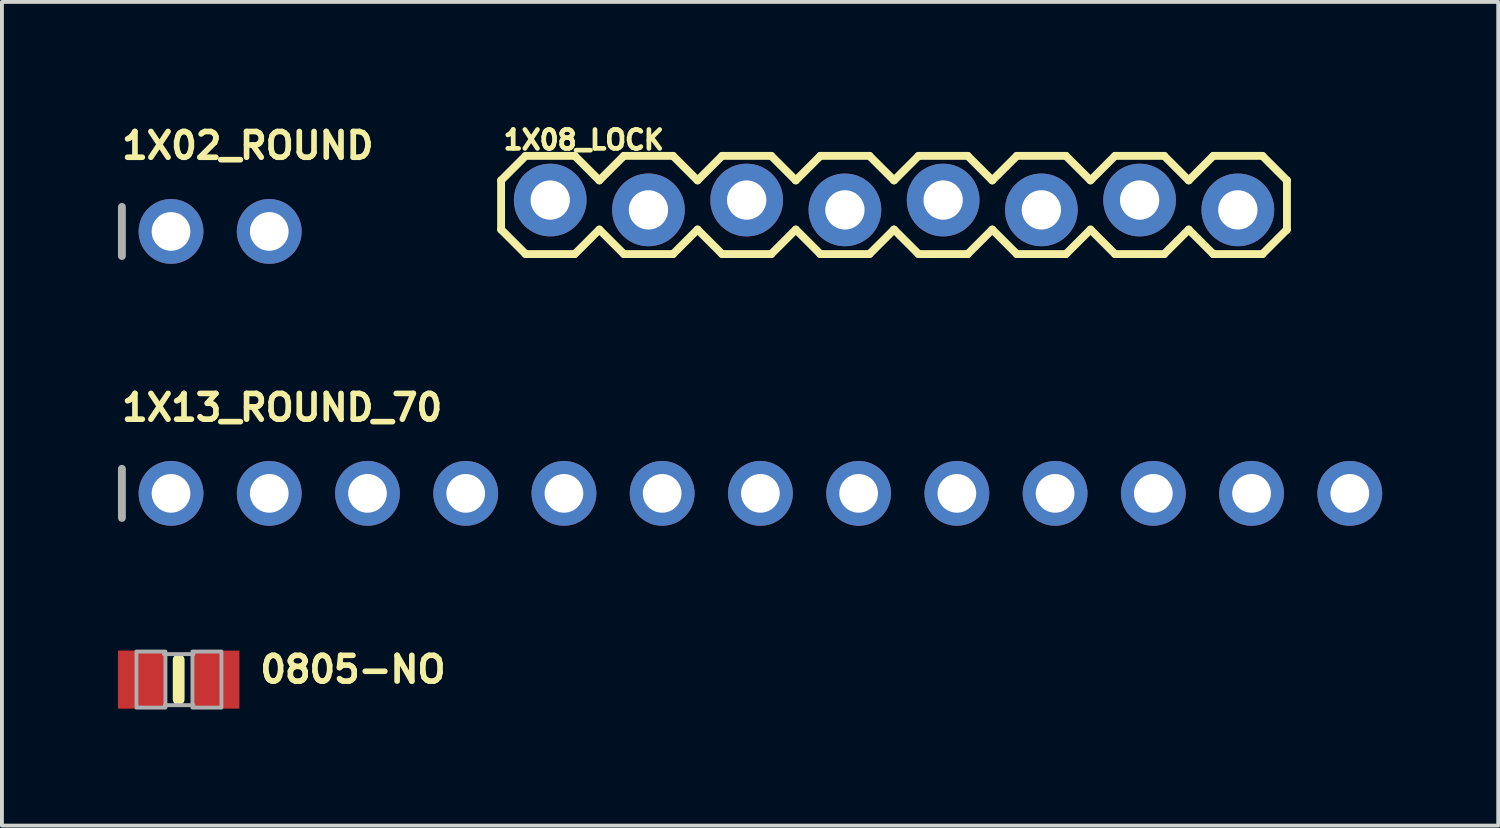
<source format=kicad_pcb>
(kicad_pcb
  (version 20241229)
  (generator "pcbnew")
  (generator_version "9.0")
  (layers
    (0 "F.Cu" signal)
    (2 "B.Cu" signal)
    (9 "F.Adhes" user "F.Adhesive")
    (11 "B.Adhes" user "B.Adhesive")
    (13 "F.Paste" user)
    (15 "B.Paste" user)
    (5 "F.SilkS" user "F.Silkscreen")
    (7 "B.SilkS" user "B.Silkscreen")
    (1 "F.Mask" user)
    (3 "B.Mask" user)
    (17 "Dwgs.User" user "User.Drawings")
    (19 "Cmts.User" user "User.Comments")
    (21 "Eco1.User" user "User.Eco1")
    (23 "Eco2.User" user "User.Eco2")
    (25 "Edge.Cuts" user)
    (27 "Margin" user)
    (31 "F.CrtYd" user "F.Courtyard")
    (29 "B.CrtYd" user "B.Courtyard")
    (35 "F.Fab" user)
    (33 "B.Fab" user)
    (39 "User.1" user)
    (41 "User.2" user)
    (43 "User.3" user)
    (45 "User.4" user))
  (footprint "0805-NO"
    (layer "F.Cu")
    (at 1.57 14.523)
    (property "Reference" "0805-NO" (at 2.032 0.127 0) (layer "F.SilkS") (effects (font (size 0.666 0.666) (thickness 0.146)) (justify left bottom)))
    (fp_line (start 0 -0.508) (end 0 0.508) (stroke (width 0.305) (type solid)) (layer "F.SilkS"))
    (fp_line (start -0.381 -0.66) (end 0.381 -0.66) (stroke (width 0.102) (type solid)) (layer "F.Fab"))
    (fp_line (start -0.356 0.66) (end 0.381 0.66) (stroke (width 0.102) (type solid)) (layer "F.Fab"))
    (fp_poly (pts (xy -1.092 0.724) (xy -0.342 0.724) (xy -0.342 -0.726) (xy -1.092 -0.726)) (stroke (width 0.1) (type solid)) (fill no) (layer "F.Fab"))
    (fp_poly (pts (xy 0.356 0.724) (xy 1.106 0.724) (xy 1.106 -0.726) (xy 0.356 -0.726)) (stroke (width 0.1) (type solid)) (fill no) (layer "F.Fab"))
    (pad "1" smd rect (at -0.95 0) (size 1.24 1.5) (layers "F.Cu" "F.Mask" "F.Paste"))
    (pad "2" smd rect (at 0.95 0) (size 1.24 1.5) (layers "F.Cu" "F.Mask" "F.Paste")))
  (footprint "1X08_LOCK"
    (layer "F.Cu")
    (at 11.177 2.25)
    (property "Reference" "1X08_LOCK" (at -1.27 -1.397 0) (layer "F.SilkS") (effects (font (size 0.488 0.488) (thickness 0.122)) (justify left bottom)))
    (fp_line (start -1.27 -0.635) (end -1.27 0.635) (stroke (width 0.203) (type solid)) (layer "F.SilkS"))
    (fp_line (start -1.27 0.635) (end -0.635 1.27) (stroke (width 0.203) (type solid)) (layer "F.SilkS"))
    (fp_line (start -0.635 -1.27) (end -1.27 -0.635) (stroke (width 0.203) (type solid)) (layer "F.SilkS"))
    (fp_line (start -0.635 -1.27) (end 0.635 -1.27) (stroke (width 0.203) (type solid)) (layer "F.SilkS"))
    (fp_line (start 0.635 -1.27) (end 1.27 -0.635) (stroke (width 0.203) (type solid)) (layer "F.SilkS"))
    (fp_line (start 0.635 1.27) (end -0.635 1.27) (stroke (width 0.203) (type solid)) (layer "F.SilkS"))
    (fp_line (start 1.27 -0.635) (end 1.905 -1.27) (stroke (width 0.203) (type solid)) (layer "F.SilkS"))
    (fp_line (start 1.27 0.635) (end 0.635 1.27) (stroke (width 0.203) (type solid)) (layer "F.SilkS"))
    (fp_line (start 1.905 -1.27) (end 3.175 -1.27) (stroke (width 0.203) (type solid)) (layer "F.SilkS"))
    (fp_line (start 1.905 1.27) (end 1.27 0.635) (stroke (width 0.203) (type solid)) (layer "F.SilkS"))
    (fp_line (start 3.175 -1.27) (end 3.81 -0.635) (stroke (width 0.203) (type solid)) (layer "F.SilkS"))
    (fp_line (start 3.175 1.27) (end 1.905 1.27) (stroke (width 0.203) (type solid)) (layer "F.SilkS"))
    (fp_line (start 3.81 -0.635) (end 4.445 -1.27) (stroke (width 0.203) (type solid)) (layer "F.SilkS"))
    (fp_line (start 3.81 0.635) (end 3.175 1.27) (stroke (width 0.203) (type solid)) (layer "F.SilkS"))
    (fp_line (start 4.445 -1.27) (end 5.715 -1.27) (stroke (width 0.203) (type solid)) (layer "F.SilkS"))
    (fp_line (start 4.445 1.27) (end 3.81 0.635) (stroke (width 0.203) (type solid)) (layer "F.SilkS"))
    (fp_line (start 5.715 -1.27) (end 6.35 -0.635) (stroke (width 0.203) (type solid)) (layer "F.SilkS"))
    (fp_line (start 5.715 1.27) (end 4.445 1.27) (stroke (width 0.203) (type solid)) (layer "F.SilkS"))
    (fp_line (start 6.35 0.635) (end 5.715 1.27) (stroke (width 0.203) (type solid)) (layer "F.SilkS"))
    (fp_line (start 6.35 0.635) (end 6.985 1.27) (stroke (width 0.203) (type solid)) (layer "F.SilkS"))
    (fp_line (start 6.985 -1.27) (end 6.35 -0.635) (stroke (width 0.203) (type solid)) (layer "F.SilkS"))
    (fp_line (start 6.985 -1.27) (end 8.255 -1.27) (stroke (width 0.203) (type solid)) (layer "F.SilkS"))
    (fp_line (start 8.255 -1.27) (end 8.89 -0.635) (stroke (width 0.203) (type solid)) (layer "F.SilkS"))
    (fp_line (start 8.255 1.27) (end 6.985 1.27) (stroke (width 0.203) (type solid)) (layer "F.SilkS"))
    (fp_line (start 8.89 -0.635) (end 9.525 -1.27) (stroke (width 0.203) (type solid)) (layer "F.SilkS"))
    (fp_line (start 8.89 0.635) (end 8.255 1.27) (stroke (width 0.203) (type solid)) (layer "F.SilkS"))
    (fp_line (start 9.525 -1.27) (end 10.795 -1.27) (stroke (width 0.203) (type solid)) (layer "F.SilkS"))
    (fp_line (start 9.525 1.27) (end 8.89 0.635) (stroke (width 0.203) (type solid)) (layer "F.SilkS"))
    (fp_line (start 10.795 -1.27) (end 11.43 -0.635) (stroke (width 0.203) (type solid)) (layer "F.SilkS"))
    (fp_line (start 10.795 1.27) (end 9.525 1.27) (stroke (width 0.203) (type solid)) (layer "F.SilkS"))
    (fp_line (start 11.43 -0.635) (end 12.065 -1.27) (stroke (width 0.203) (type solid)) (layer "F.SilkS"))
    (fp_line (start 11.43 0.635) (end 10.795 1.27) (stroke (width 0.203) (type solid)) (layer "F.SilkS"))
    (fp_line (start 12.065 -1.27) (end 13.335 -1.27) (stroke (width 0.203) (type solid)) (layer "F.SilkS"))
    (fp_line (start 12.065 1.27) (end 11.43 0.635) (stroke (width 0.203) (type solid)) (layer "F.SilkS"))
    (fp_line (start 13.335 -1.27) (end 13.97 -0.635) (stroke (width 0.203) (type solid)) (layer "F.SilkS"))
    (fp_line (start 13.335 1.27) (end 12.065 1.27) (stroke (width 0.203) (type solid)) (layer "F.SilkS"))
    (fp_line (start 13.97 0.635) (end 13.335 1.27) (stroke (width 0.203) (type solid)) (layer "F.SilkS"))
    (fp_line (start 13.97 0.635) (end 14.605 1.27) (stroke (width 0.203) (type solid)) (layer "F.SilkS"))
    (fp_line (start 14.605 -1.27) (end 13.97 -0.635) (stroke (width 0.203) (type solid)) (layer "F.SilkS"))
    (fp_line (start 14.605 -1.27) (end 15.875 -1.27) (stroke (width 0.203) (type solid)) (layer "F.SilkS"))
    (fp_line (start 15.875 -1.27) (end 16.51 -0.635) (stroke (width 0.203) (type solid)) (layer "F.SilkS"))
    (fp_line (start 15.875 1.27) (end 14.605 1.27) (stroke (width 0.203) (type solid)) (layer "F.SilkS"))
    (fp_line (start 16.51 0.635) (end 15.875 1.27) (stroke (width 0.203) (type solid)) (layer "F.SilkS"))
    (fp_line (start 16.51 0.635) (end 17.145 1.27) (stroke (width 0.203) (type solid)) (layer "F.SilkS"))
    (fp_line (start 17.145 -1.27) (end 16.51 -0.635) (stroke (width 0.203) (type solid)) (layer "F.SilkS"))
    (fp_line (start 17.145 -1.27) (end 18.415 -1.27) (stroke (width 0.203) (type solid)) (layer "F.SilkS"))
    (fp_line (start 18.415 -1.27) (end 19.05 -0.635) (stroke (width 0.203) (type solid)) (layer "F.SilkS"))
    (fp_line (start 18.415 1.27) (end 17.145 1.27) (stroke (width 0.203) (type solid)) (layer "F.SilkS"))
    (fp_line (start 19.05 -0.635) (end 19.05 0.635) (stroke (width 0.203) (type solid)) (layer "F.SilkS"))
    (fp_line (start 19.05 0.635) (end 18.415 1.27) (stroke (width 0.203) (type solid)) (layer "F.SilkS"))
    (fp_poly (pts (xy -0.254 0.254) (xy 0.254 0.254) (xy 0.254 -0.254) (xy -0.254 -0.254)) (stroke (width 0.1) (type solid)) (fill no) (layer "F.Fab"))
    (fp_poly (pts (xy 2.286 0.254) (xy 2.794 0.254) (xy 2.794 -0.254) (xy 2.286 -0.254)) (stroke (width 0.1) (type solid)) (fill no) (layer "F.Fab"))
    (fp_poly (pts (xy 4.826 0.254) (xy 5.334 0.254) (xy 5.334 -0.254) (xy 4.826 -0.254)) (stroke (width 0.1) (type solid)) (fill no) (layer "F.Fab"))
    (fp_poly (pts (xy 7.366 0.254) (xy 7.874 0.254) (xy 7.874 -0.254) (xy 7.366 -0.254)) (stroke (width 0.1) (type solid)) (fill no) (layer "F.Fab"))
    (fp_poly (pts (xy 9.906 0.254) (xy 10.414 0.254) (xy 10.414 -0.254) (xy 9.906 -0.254)) (stroke (width 0.1) (type solid)) (fill no) (layer "F.Fab"))
    (fp_poly (pts (xy 12.446 0.254) (xy 12.954 0.254) (xy 12.954 -0.254) (xy 12.446 -0.254)) (stroke (width 0.1) (type solid)) (fill no) (layer "F.Fab"))
    (fp_poly (pts (xy 14.986 0.254) (xy 15.494 0.254) (xy 15.494 -0.254) (xy 14.986 -0.254)) (stroke (width 0.1) (type solid)) (fill no) (layer "F.Fab"))
    (fp_poly (pts (xy 17.526 0.254) (xy 18.034 0.254) (xy 18.034 -0.254) (xy 17.526 -0.254)) (stroke (width 0.1) (type solid)) (fill no) (layer "F.Fab"))
    (pad "1" thru_hole circle (at 0 -0.127 90) (size 1.88 1.88) (drill 1.016) (layers "*.Cu" "*.Mask"))
    (pad "2" thru_hole circle (at 2.54 0.127 90) (size 1.88 1.88) (drill 1.016) (layers "*.Cu" "*.Mask"))
    (pad "3" thru_hole circle (at 5.08 -0.127 90) (size 1.88 1.88) (drill 1.016) (layers "*.Cu" "*.Mask"))
    (pad "4" thru_hole circle (at 7.62 0.127 90) (size 1.88 1.88) (drill 1.016) (layers "*.Cu" "*.Mask"))
    (pad "5" thru_hole circle (at 10.16 -0.127 90) (size 1.88 1.88) (drill 1.016) (layers "*.Cu" "*.Mask"))
    (pad "6" thru_hole circle (at 12.7 0.127 90) (size 1.88 1.88) (drill 1.016) (layers "*.Cu" "*.Mask"))
    (pad "7" thru_hole circle (at 15.24 -0.127 90) (size 1.88 1.88) (drill 1.016) (layers "*.Cu" "*.Mask"))
    (pad "8" thru_hole circle (at 17.78 0.127 90) (size 1.88 1.88) (drill 1.016) (layers "*.Cu" "*.Mask")))
  (footprint "1X13_ROUND_70"
    (layer "F.Cu")
    (at 16.612 9.707)
    (property "Reference" "1X13_ROUND_70" (at -16.586 -1.829 0) (layer "F.SilkS") (effects (font (size 0.666 0.666) (thickness 0.146)) (justify left bottom)))
    (fp_line (start -16.51 -0.635) (end -16.51 0.635) (stroke (width 0.203) (type solid)) (layer "F.Fab"))
    (fp_poly (pts (xy -15.494 0.254) (xy -14.986 0.254) (xy -14.986 -0.254) (xy -15.494 -0.254)) (stroke (width 0.1) (type solid)) (fill no) (layer "F.Fab"))
    (fp_poly (pts (xy -12.954 0.254) (xy -12.446 0.254) (xy -12.446 -0.254) (xy -12.954 -0.254)) (stroke (width 0.1) (type solid)) (fill no) (layer "F.Fab"))
    (fp_poly (pts (xy -10.414 0.254) (xy -9.906 0.254) (xy -9.906 -0.254) (xy -10.414 -0.254)) (stroke (width 0.1) (type solid)) (fill no) (layer "F.Fab"))
    (fp_poly (pts (xy -7.874 0.254) (xy -7.366 0.254) (xy -7.366 -0.254) (xy -7.874 -0.254)) (stroke (width 0.1) (type solid)) (fill no) (layer "F.Fab"))
    (fp_poly (pts (xy -5.334 0.254) (xy -4.826 0.254) (xy -4.826 -0.254) (xy -5.334 -0.254)) (stroke (width 0.1) (type solid)) (fill no) (layer "F.Fab"))
    (fp_poly (pts (xy -2.794 0.254) (xy -2.286 0.254) (xy -2.286 -0.254) (xy -2.794 -0.254)) (stroke (width 0.1) (type solid)) (fill no) (layer "F.Fab"))
    (fp_poly (pts (xy -0.254 0.254) (xy 0.254 0.254) (xy 0.254 -0.254) (xy -0.254 -0.254)) (stroke (width 0.1) (type solid)) (fill no) (layer "F.Fab"))
    (fp_poly (pts (xy 2.286 0.254) (xy 2.794 0.254) (xy 2.794 -0.254) (xy 2.286 -0.254)) (stroke (width 0.1) (type solid)) (fill no) (layer "F.Fab"))
    (fp_poly (pts (xy 4.826 0.254) (xy 5.334 0.254) (xy 5.334 -0.254) (xy 4.826 -0.254)) (stroke (width 0.1) (type solid)) (fill no) (layer "F.Fab"))
    (fp_poly (pts (xy 7.366 0.254) (xy 7.874 0.254) (xy 7.874 -0.254) (xy 7.366 -0.254)) (stroke (width 0.1) (type solid)) (fill no) (layer "F.Fab"))
    (fp_poly (pts (xy 9.906 0.254) (xy 10.414 0.254) (xy 10.414 -0.254) (xy 9.906 -0.254)) (stroke (width 0.1) (type solid)) (fill no) (layer "F.Fab"))
    (fp_poly (pts (xy 12.446 0.254) (xy 12.954 0.254) (xy 12.954 -0.254) (xy 12.446 -0.254)) (stroke (width 0.1) (type solid)) (fill no) (layer "F.Fab"))
    (fp_poly (pts (xy 14.986 0.254) (xy 15.494 0.254) (xy 15.494 -0.254) (xy 14.986 -0.254)) (stroke (width 0.1) (type solid)) (fill no) (layer "F.Fab"))
    (pad "1" thru_hole circle (at -15.24 0 90) (size 1.676 1.676) (drill 1) (layers "*.Cu" "*.Mask"))
    (pad "2" thru_hole circle (at -12.7 0 90) (size 1.676 1.676) (drill 1) (layers "*.Cu" "*.Mask"))
    (pad "3" thru_hole circle (at -10.16 0 90) (size 1.676 1.676) (drill 1) (layers "*.Cu" "*.Mask"))
    (pad "4" thru_hole circle (at -7.62 0 90) (size 1.676 1.676) (drill 1) (layers "*.Cu" "*.Mask"))
    (pad "5" thru_hole circle (at -5.08 0 90) (size 1.676 1.676) (drill 1) (layers "*.Cu" "*.Mask"))
    (pad "6" thru_hole circle (at -2.54 0 90) (size 1.676 1.676) (drill 1) (layers "*.Cu" "*.Mask"))
    (pad "7" thru_hole circle (at 0 0 90) (size 1.676 1.676) (drill 1) (layers "*.Cu" "*.Mask"))
    (pad "8" thru_hole circle (at 2.54 0 90) (size 1.676 1.676) (drill 1) (layers "*.Cu" "*.Mask"))
    (pad "9" thru_hole circle (at 5.08 0 90) (size 1.676 1.676) (drill 1) (layers "*.Cu" "*.Mask"))
    (pad "10" thru_hole circle (at 7.62 0 90) (size 1.676 1.676) (drill 1) (layers "*.Cu" "*.Mask"))
    (pad "11" thru_hole circle (at 10.16 0 90) (size 1.676 1.676) (drill 1) (layers "*.Cu" "*.Mask"))
    (pad "12" thru_hole circle (at 12.7 0 90) (size 1.676 1.676) (drill 1) (layers "*.Cu" "*.Mask"))
    (pad "13" thru_hole circle (at 15.24 0 90) (size 1.676 1.676) (drill 1) (layers "*.Cu" "*.Mask")))
  (footprint "1X02_ROUND"
    (layer "F.Cu")
    (at 2.642 2.934)
    (property "Reference" "1X02_ROUND" (at -2.616 -1.829 0) (layer "F.SilkS") (effects (font (size 0.666 0.666) (thickness 0.146)) (justify left bottom)))
    (fp_line (start -2.54 -0.635) (end -2.54 0.635) (stroke (width 0.203) (type solid)) (layer "F.Fab"))
    (fp_poly (pts (xy -1.524 0.254) (xy -1.016 0.254) (xy -1.016 -0.254) (xy -1.524 -0.254)) (stroke (width 0.1) (type solid)) (fill no) (layer "F.Fab"))
    (fp_poly (pts (xy 1.016 0.254) (xy 1.524 0.254) (xy 1.524 -0.254) (xy 1.016 -0.254)) (stroke (width 0.1) (type solid)) (fill no) (layer "F.Fab"))
    (pad "1" thru_hole circle (at -1.27 0 90) (size 1.676 1.676) (drill 1) (layers "*.Cu" "*.Mask"))
    (pad "2" thru_hole circle (at 1.27 0 90) (size 1.676 1.676) (drill 1) (layers "*.Cu" "*.Mask")))
  (gr_rect
    (start -3 -3)
    (end 35.69 18.297)
    (stroke (width 0.1) (type default))
    (fill no)
    (layer "Edge.Cuts")))
</source>
